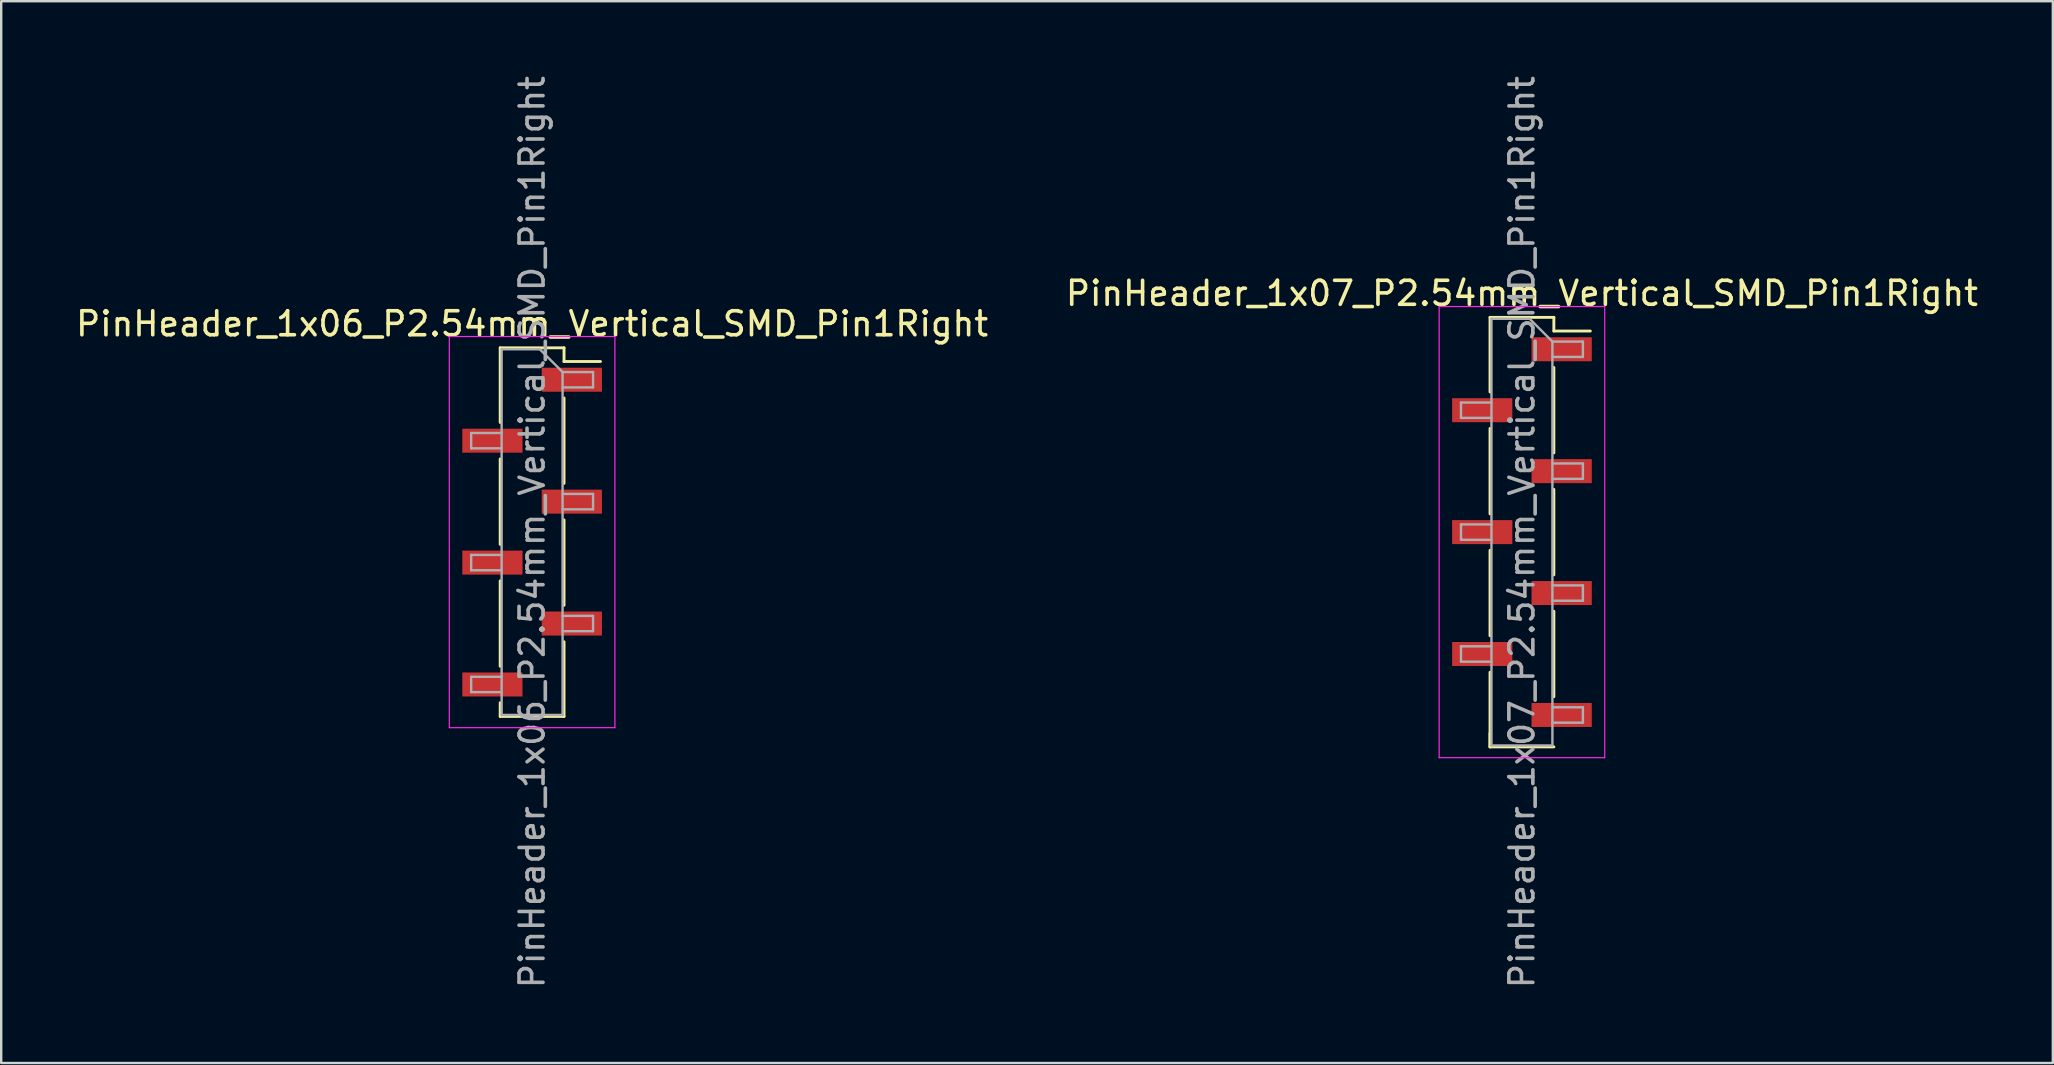
<source format=kicad_pcb>
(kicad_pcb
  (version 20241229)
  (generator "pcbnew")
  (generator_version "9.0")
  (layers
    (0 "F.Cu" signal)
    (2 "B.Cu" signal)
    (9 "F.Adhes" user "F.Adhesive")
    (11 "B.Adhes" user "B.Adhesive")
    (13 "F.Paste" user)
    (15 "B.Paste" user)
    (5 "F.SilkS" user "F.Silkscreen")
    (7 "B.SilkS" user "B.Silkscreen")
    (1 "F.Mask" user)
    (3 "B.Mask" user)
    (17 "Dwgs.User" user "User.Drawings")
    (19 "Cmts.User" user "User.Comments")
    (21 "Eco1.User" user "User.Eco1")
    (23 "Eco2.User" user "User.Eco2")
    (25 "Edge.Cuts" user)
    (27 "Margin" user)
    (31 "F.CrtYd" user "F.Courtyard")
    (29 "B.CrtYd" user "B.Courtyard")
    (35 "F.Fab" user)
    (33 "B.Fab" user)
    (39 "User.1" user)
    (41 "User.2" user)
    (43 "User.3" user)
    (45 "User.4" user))
  (footprint "PinHeader_1x06_P2.54mm_Vertical_SMD_Pin1Right"
    (layer "F.Cu")
    (at 19.125 19.125)
    (property "Reference" "PinHeader_1x06_P2.54mm_Vertical_SMD_Pin1Right" (at 0 -8.68 0) (layer "F.SilkS") (effects (font (size 1 1) (thickness 0.15))))
    (attr smd)
    (fp_line (start -1.33 -7.68) (end -1.33 -4.57) (stroke (width 0.12) (type solid)) (layer "F.SilkS"))
    (fp_line (start -1.33 -7.68) (end 1.33 -7.68) (stroke (width 0.12) (type solid)) (layer "F.SilkS"))
    (fp_line (start -1.33 -3.05) (end -1.33 0.51) (stroke (width 0.12) (type solid)) (layer "F.SilkS"))
    (fp_line (start -1.33 2.03) (end -1.33 5.59) (stroke (width 0.12) (type solid)) (layer "F.SilkS"))
    (fp_line (start -1.33 7.11) (end -1.33 7.68) (stroke (width 0.12) (type solid)) (layer "F.SilkS"))
    (fp_line (start -1.33 7.68) (end 1.33 7.68) (stroke (width 0.12) (type solid)) (layer "F.SilkS"))
    (fp_line (start 1.33 -7.68) (end 1.33 -7.11) (stroke (width 0.12) (type solid)) (layer "F.SilkS"))
    (fp_line (start 1.33 -7.11) (end 2.85 -7.11) (stroke (width 0.12) (type solid)) (layer "F.SilkS"))
    (fp_line (start 1.33 -5.59) (end 1.33 -2.03) (stroke (width 0.12) (type solid)) (layer "F.SilkS"))
    (fp_line (start 1.33 -0.51) (end 1.33 3.05) (stroke (width 0.12) (type solid)) (layer "F.SilkS"))
    (fp_line (start 1.33 4.57) (end 1.33 7.68) (stroke (width 0.12) (type solid)) (layer "F.SilkS"))
    (fp_line (start -3.45 -8.15) (end -3.45 8.15) (stroke (width 0.05) (type solid)) (layer "F.CrtYd"))
    (fp_line (start -3.45 8.15) (end 3.45 8.15) (stroke (width 0.05) (type solid)) (layer "F.CrtYd"))
    (fp_line (start 3.45 -8.15) (end -3.45 -8.15) (stroke (width 0.05) (type solid)) (layer "F.CrtYd"))
    (fp_line (start 3.45 8.15) (end 3.45 -8.15) (stroke (width 0.05) (type solid)) (layer "F.CrtYd"))
    (fp_line (start -2.54 -4.13) (end -2.54 -3.49) (stroke (width 0.1) (type solid)) (layer "F.Fab"))
    (fp_line (start -2.54 -3.49) (end -1.27 -3.49) (stroke (width 0.1) (type solid)) (layer "F.Fab"))
    (fp_line (start -2.54 0.95) (end -2.54 1.59) (stroke (width 0.1) (type solid)) (layer "F.Fab"))
    (fp_line (start -2.54 1.59) (end -1.27 1.59) (stroke (width 0.1) (type solid)) (layer "F.Fab"))
    (fp_line (start -2.54 6.03) (end -2.54 6.67) (stroke (width 0.1) (type solid)) (layer "F.Fab"))
    (fp_line (start -2.54 6.67) (end -1.27 6.67) (stroke (width 0.1) (type solid)) (layer "F.Fab"))
    (fp_line (start -1.27 -7.62) (end -1.27 7.62) (stroke (width 0.1) (type solid)) (layer "F.Fab"))
    (fp_line (start -1.27 -7.62) (end 0.32 -7.62) (stroke (width 0.1) (type solid)) (layer "F.Fab"))
    (fp_line (start -1.27 -4.13) (end -2.54 -4.13) (stroke (width 0.1) (type solid)) (layer "F.Fab"))
    (fp_line (start -1.27 0.95) (end -2.54 0.95) (stroke (width 0.1) (type solid)) (layer "F.Fab"))
    (fp_line (start -1.27 6.03) (end -2.54 6.03) (stroke (width 0.1) (type solid)) (layer "F.Fab"))
    (fp_line (start 1.27 -6.67) (end 0.32 -7.62) (stroke (width 0.1) (type solid)) (layer "F.Fab"))
    (fp_line (start 1.27 -6.67) (end 2.54 -6.67) (stroke (width 0.1) (type solid)) (layer "F.Fab"))
    (fp_line (start 1.27 -1.59) (end 2.54 -1.59) (stroke (width 0.1) (type solid)) (layer "F.Fab"))
    (fp_line (start 1.27 3.49) (end 2.54 3.49) (stroke (width 0.1) (type solid)) (layer "F.Fab"))
    (fp_line (start 1.27 7.62) (end -1.27 7.62) (stroke (width 0.1) (type solid)) (layer "F.Fab"))
    (fp_line (start 1.27 7.62) (end 1.27 -6.67) (stroke (width 0.1) (type solid)) (layer "F.Fab"))
    (fp_line (start 2.54 -6.67) (end 2.54 -6.03) (stroke (width 0.1) (type solid)) (layer "F.Fab"))
    (fp_line (start 2.54 -6.03) (end 1.27 -6.03) (stroke (width 0.1) (type solid)) (layer "F.Fab"))
    (fp_line (start 2.54 -1.59) (end 2.54 -0.95) (stroke (width 0.1) (type solid)) (layer "F.Fab"))
    (fp_line (start 2.54 -0.95) (end 1.27 -0.95) (stroke (width 0.1) (type solid)) (layer "F.Fab"))
    (fp_line (start 2.54 3.49) (end 2.54 4.13) (stroke (width 0.1) (type solid)) (layer "F.Fab"))
    (fp_line (start 2.54 4.13) (end 1.27 4.13) (stroke (width 0.1) (type solid)) (layer "F.Fab"))
    (fp_text user "${REFERENCE}" (at 0 0 90) (layer "F.Fab") (effects (font (size 1 1) (thickness 0.15))))
    (pad "1" smd rect (at 1.655 -6.35) (size 2.51 1) (layers "F.Cu" "F.Mask" "F.Paste"))
    (pad "2" smd rect (at -1.655 -3.81) (size 2.51 1) (layers "F.Cu" "F.Mask" "F.Paste"))
    (pad "3" smd rect (at 1.655 -1.27) (size 2.51 1) (layers "F.Cu" "F.Mask" "F.Paste"))
    (pad "4" smd rect (at -1.655 1.27) (size 2.51 1) (layers "F.Cu" "F.Mask" "F.Paste"))
    (pad "5" smd rect (at 1.655 3.81) (size 2.51 1) (layers "F.Cu" "F.Mask" "F.Paste"))
    (pad "6" smd rect (at -1.655 6.35) (size 2.51 1) (layers "F.Cu" "F.Mask" "F.Paste")))
  (footprint "PinHeader_1x07_P2.54mm_Vertical_SMD_Pin1Right"
    (layer "F.Cu")
    (at 60.375 19.125)
    (property "Reference" "PinHeader_1x07_P2.54mm_Vertical_SMD_Pin1Right" (at 0 -9.95 0) (layer "F.SilkS") (effects (font (size 1 1) (thickness 0.15))))
    (attr smd)
    (fp_line (start -1.33 -8.95) (end -1.33 -5.84) (stroke (width 0.12) (type solid)) (layer "F.SilkS"))
    (fp_line (start -1.33 -8.95) (end 1.33 -8.95) (stroke (width 0.12) (type solid)) (layer "F.SilkS"))
    (fp_line (start -1.33 -4.32) (end -1.33 -0.76) (stroke (width 0.12) (type solid)) (layer "F.SilkS"))
    (fp_line (start -1.33 0.76) (end -1.33 4.32) (stroke (width 0.12) (type solid)) (layer "F.SilkS"))
    (fp_line (start -1.33 5.84) (end -1.33 8.95) (stroke (width 0.12) (type solid)) (layer "F.SilkS"))
    (fp_line (start -1.33 8.38) (end -1.33 8.95) (stroke (width 0.12) (type solid)) (layer "F.SilkS"))
    (fp_line (start -1.33 8.95) (end 1.33 8.95) (stroke (width 0.12) (type solid)) (layer "F.SilkS"))
    (fp_line (start 1.33 -8.95) (end 1.33 -8.38) (stroke (width 0.12) (type solid)) (layer "F.SilkS"))
    (fp_line (start 1.33 -8.38) (end 2.85 -8.38) (stroke (width 0.12) (type solid)) (layer "F.SilkS"))
    (fp_line (start 1.33 -6.86) (end 1.33 -3.3) (stroke (width 0.12) (type solid)) (layer "F.SilkS"))
    (fp_line (start 1.33 -1.78) (end 1.33 1.78) (stroke (width 0.12) (type solid)) (layer "F.SilkS"))
    (fp_line (start 1.33 3.3) (end 1.33 6.86) (stroke (width 0.12) (type solid)) (layer "F.SilkS"))
    (fp_line (start -3.45 -9.4) (end -3.45 9.4) (stroke (width 0.05) (type solid)) (layer "F.CrtYd"))
    (fp_line (start -3.45 9.4) (end 3.45 9.4) (stroke (width 0.05) (type solid)) (layer "F.CrtYd"))
    (fp_line (start 3.45 -9.4) (end -3.45 -9.4) (stroke (width 0.05) (type solid)) (layer "F.CrtYd"))
    (fp_line (start 3.45 9.4) (end 3.45 -9.4) (stroke (width 0.05) (type solid)) (layer "F.CrtYd"))
    (fp_line (start -2.54 -5.4) (end -2.54 -4.76) (stroke (width 0.1) (type solid)) (layer "F.Fab"))
    (fp_line (start -2.54 -4.76) (end -1.27 -4.76) (stroke (width 0.1) (type solid)) (layer "F.Fab"))
    (fp_line (start -2.54 -0.32) (end -2.54 0.32) (stroke (width 0.1) (type solid)) (layer "F.Fab"))
    (fp_line (start -2.54 0.32) (end -1.27 0.32) (stroke (width 0.1) (type solid)) (layer "F.Fab"))
    (fp_line (start -2.54 4.76) (end -2.54 5.4) (stroke (width 0.1) (type solid)) (layer "F.Fab"))
    (fp_line (start -2.54 5.4) (end -1.27 5.4) (stroke (width 0.1) (type solid)) (layer "F.Fab"))
    (fp_line (start -1.27 -8.89) (end -1.27 8.89) (stroke (width 0.1) (type solid)) (layer "F.Fab"))
    (fp_line (start -1.27 -8.89) (end 0.32 -8.89) (stroke (width 0.1) (type solid)) (layer "F.Fab"))
    (fp_line (start -1.27 -5.4) (end -2.54 -5.4) (stroke (width 0.1) (type solid)) (layer "F.Fab"))
    (fp_line (start -1.27 -0.32) (end -2.54 -0.32) (stroke (width 0.1) (type solid)) (layer "F.Fab"))
    (fp_line (start -1.27 4.76) (end -2.54 4.76) (stroke (width 0.1) (type solid)) (layer "F.Fab"))
    (fp_line (start 1.27 -7.94) (end 0.32 -8.89) (stroke (width 0.1) (type solid)) (layer "F.Fab"))
    (fp_line (start 1.27 -7.94) (end 2.54 -7.94) (stroke (width 0.1) (type solid)) (layer "F.Fab"))
    (fp_line (start 1.27 -2.86) (end 2.54 -2.86) (stroke (width 0.1) (type solid)) (layer "F.Fab"))
    (fp_line (start 1.27 2.22) (end 2.54 2.22) (stroke (width 0.1) (type solid)) (layer "F.Fab"))
    (fp_line (start 1.27 7.3) (end 2.54 7.3) (stroke (width 0.1) (type solid)) (layer "F.Fab"))
    (fp_line (start 1.27 8.89) (end -1.27 8.89) (stroke (width 0.1) (type solid)) (layer "F.Fab"))
    (fp_line (start 1.27 8.89) (end 1.27 -7.94) (stroke (width 0.1) (type solid)) (layer "F.Fab"))
    (fp_line (start 2.54 -7.94) (end 2.54 -7.3) (stroke (width 0.1) (type solid)) (layer "F.Fab"))
    (fp_line (start 2.54 -7.3) (end 1.27 -7.3) (stroke (width 0.1) (type solid)) (layer "F.Fab"))
    (fp_line (start 2.54 -2.86) (end 2.54 -2.22) (stroke (width 0.1) (type solid)) (layer "F.Fab"))
    (fp_line (start 2.54 -2.22) (end 1.27 -2.22) (stroke (width 0.1) (type solid)) (layer "F.Fab"))
    (fp_line (start 2.54 2.22) (end 2.54 2.86) (stroke (width 0.1) (type solid)) (layer "F.Fab"))
    (fp_line (start 2.54 2.86) (end 1.27 2.86) (stroke (width 0.1) (type solid)) (layer "F.Fab"))
    (fp_line (start 2.54 7.3) (end 2.54 7.94) (stroke (width 0.1) (type solid)) (layer "F.Fab"))
    (fp_line (start 2.54 7.94) (end 1.27 7.94) (stroke (width 0.1) (type solid)) (layer "F.Fab"))
    (fp_text user "${REFERENCE}" (at 0 0 90) (layer "F.Fab") (effects (font (size 1 1) (thickness 0.15))))
    (pad "1" smd rect (at 1.655 -7.62) (size 2.51 1) (layers "F.Cu" "F.Mask" "F.Paste"))
    (pad "2" smd rect (at -1.655 -5.08) (size 2.51 1) (layers "F.Cu" "F.Mask" "F.Paste"))
    (pad "3" smd rect (at 1.655 -2.54) (size 2.51 1) (layers "F.Cu" "F.Mask" "F.Paste"))
    (pad "4" smd rect (at -1.655 0) (size 2.51 1) (layers "F.Cu" "F.Mask" "F.Paste"))
    (pad "5" smd rect (at 1.655 2.54) (size 2.51 1) (layers "F.Cu" "F.Mask" "F.Paste"))
    (pad "6" smd rect (at -1.655 5.08) (size 2.51 1) (layers "F.Cu" "F.Mask" "F.Paste"))
    (pad "7" smd rect (at 1.655 7.62) (size 2.51 1) (layers "F.Cu" "F.Mask" "F.Paste")))
  (gr_rect
    (start -3 -3)
    (end 82.5 41.25)
    (stroke (width 0.1) (type default))
    (fill no)
    (layer "Edge.Cuts")))
</source>
